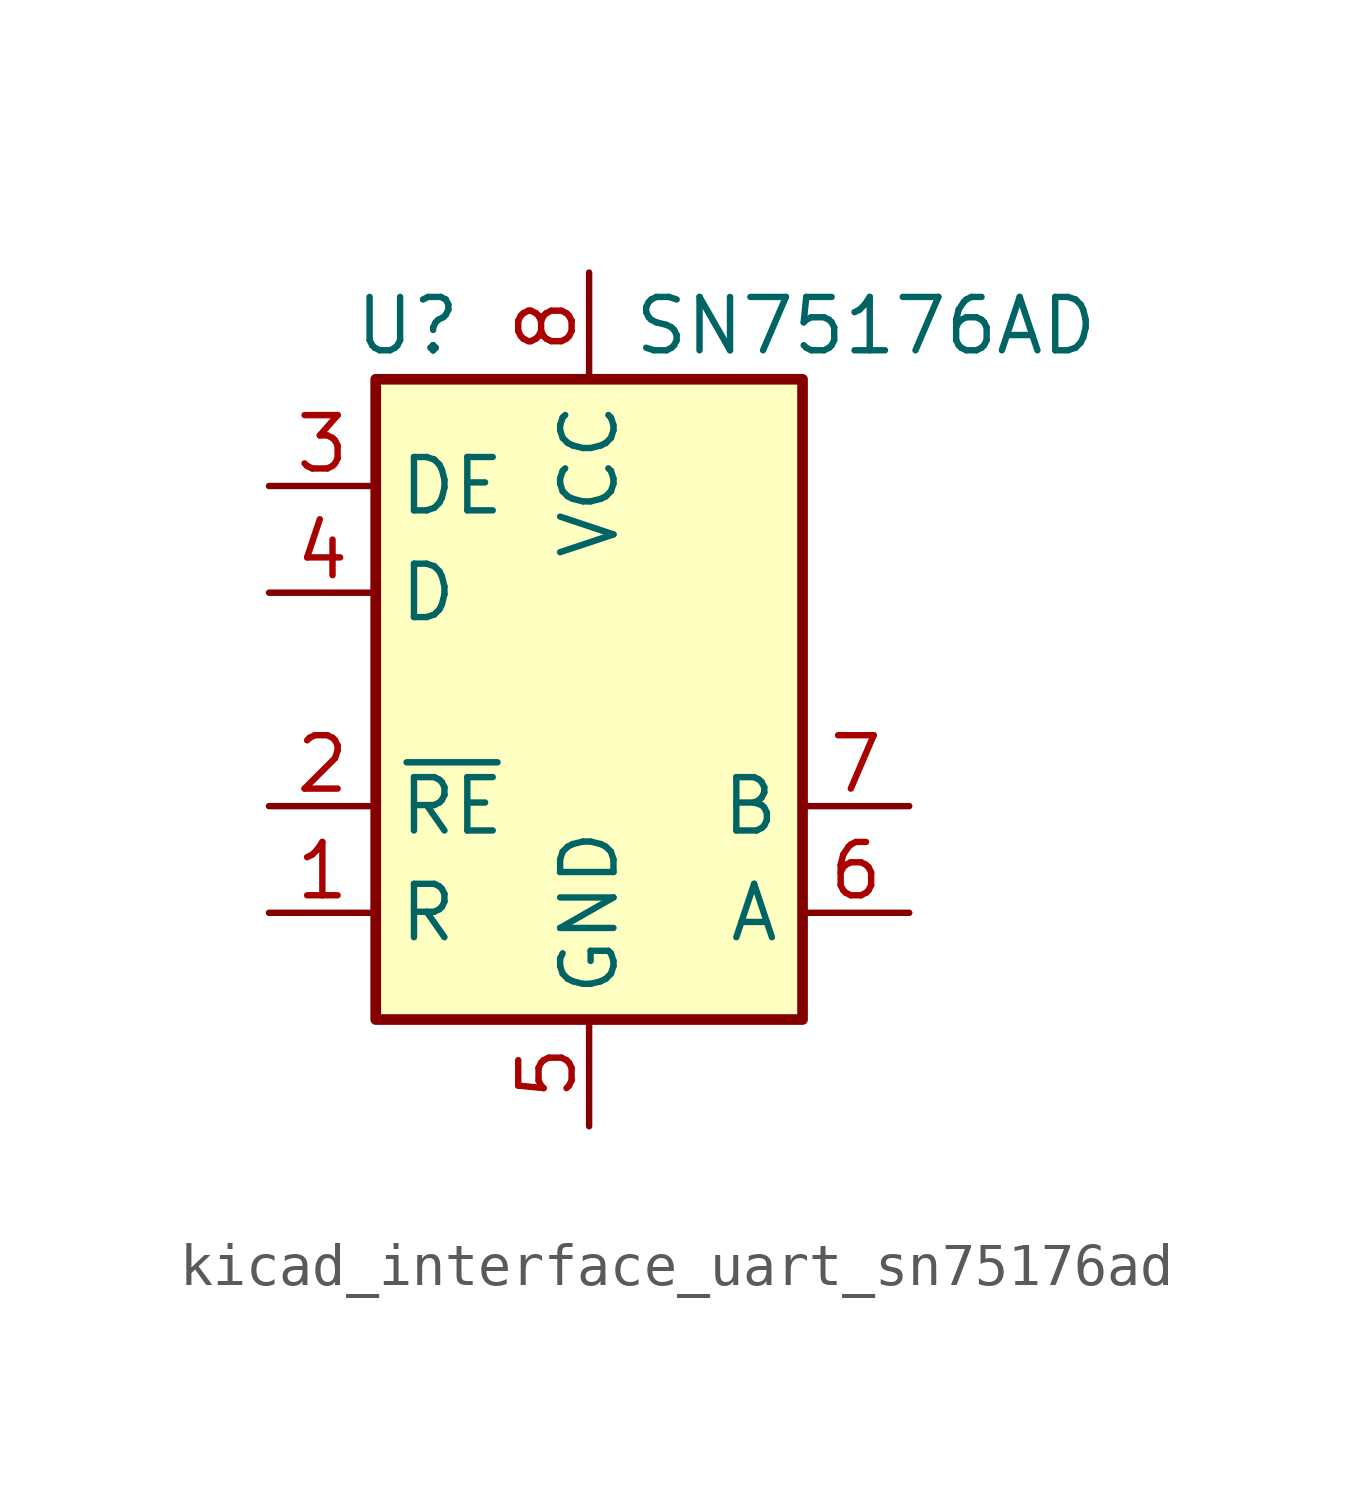
<source format=kicad_sym>
(kicad_symbol_lib
  (version 20220914)
  (generator kicad_symbol_editor)
  (symbol "kicad_interface_uart_sn75176ad"
    (property "Reference" "U"
      (at -4.318 8.89 0)
      (effects (font (size 1.27 1.27))))
    (property "Value" "SN75176AD"
      (at 1.016 8.89 0)
      (effects (font (size 1.27 1.27)) (justify left)))
    (symbol "kicad_interface_uart_sn75176ad_0_1"
      (rectangle (start -5.08 7.62) (end 5.08 -7.62) (stroke (width 0.254) (type default)) (fill (type background))))
    (symbol "kicad_interface_uart_sn75176ad_1_1"
      (pin output line (at -7.62 -5.08 0) (length 2.54) (name "R" (effects (font (size 1.27 1.27)))) (number "1" (effects (font (size 1.27 1.27)))))
      (pin input line (at -7.62 -2.54 0) (length 2.54) (name "~{RE}" (effects (font (size 1.27 1.27)))) (number "2" (effects (font (size 1.27 1.27)))))
      (pin input line (at -7.62 5.08 0) (length 2.54) (name "DE" (effects (font (size 1.27 1.27)))) (number "3" (effects (font (size 1.27 1.27)))))
      (pin input line (at -7.62 2.54 0) (length 2.54) (name "D" (effects (font (size 1.27 1.27)))) (number "4" (effects (font (size 1.27 1.27)))))
      (pin power_in line (at 0 -10.16 90) (length 2.54) (name "GND" (effects (font (size 1.27 1.27)))) (number "5" (effects (font (size 1.27 1.27)))))
      (pin bidirectional line (at 7.62 -5.08 180) (length 2.54) (name "A" (effects (font (size 1.27 1.27)))) (number "6" (effects (font (size 1.27 1.27)))))
      (pin bidirectional line (at 7.62 -2.54 180) (length 2.54) (name "B" (effects (font (size 1.27 1.27)))) (number "7" (effects (font (size 1.27 1.27)))))
      (pin power_in line (at 0 10.16 270) (length 2.54) (name "VCC" (effects (font (size 1.27 1.27)))) (number "8" (effects (font (size 1.27 1.27))))))))
</source>
